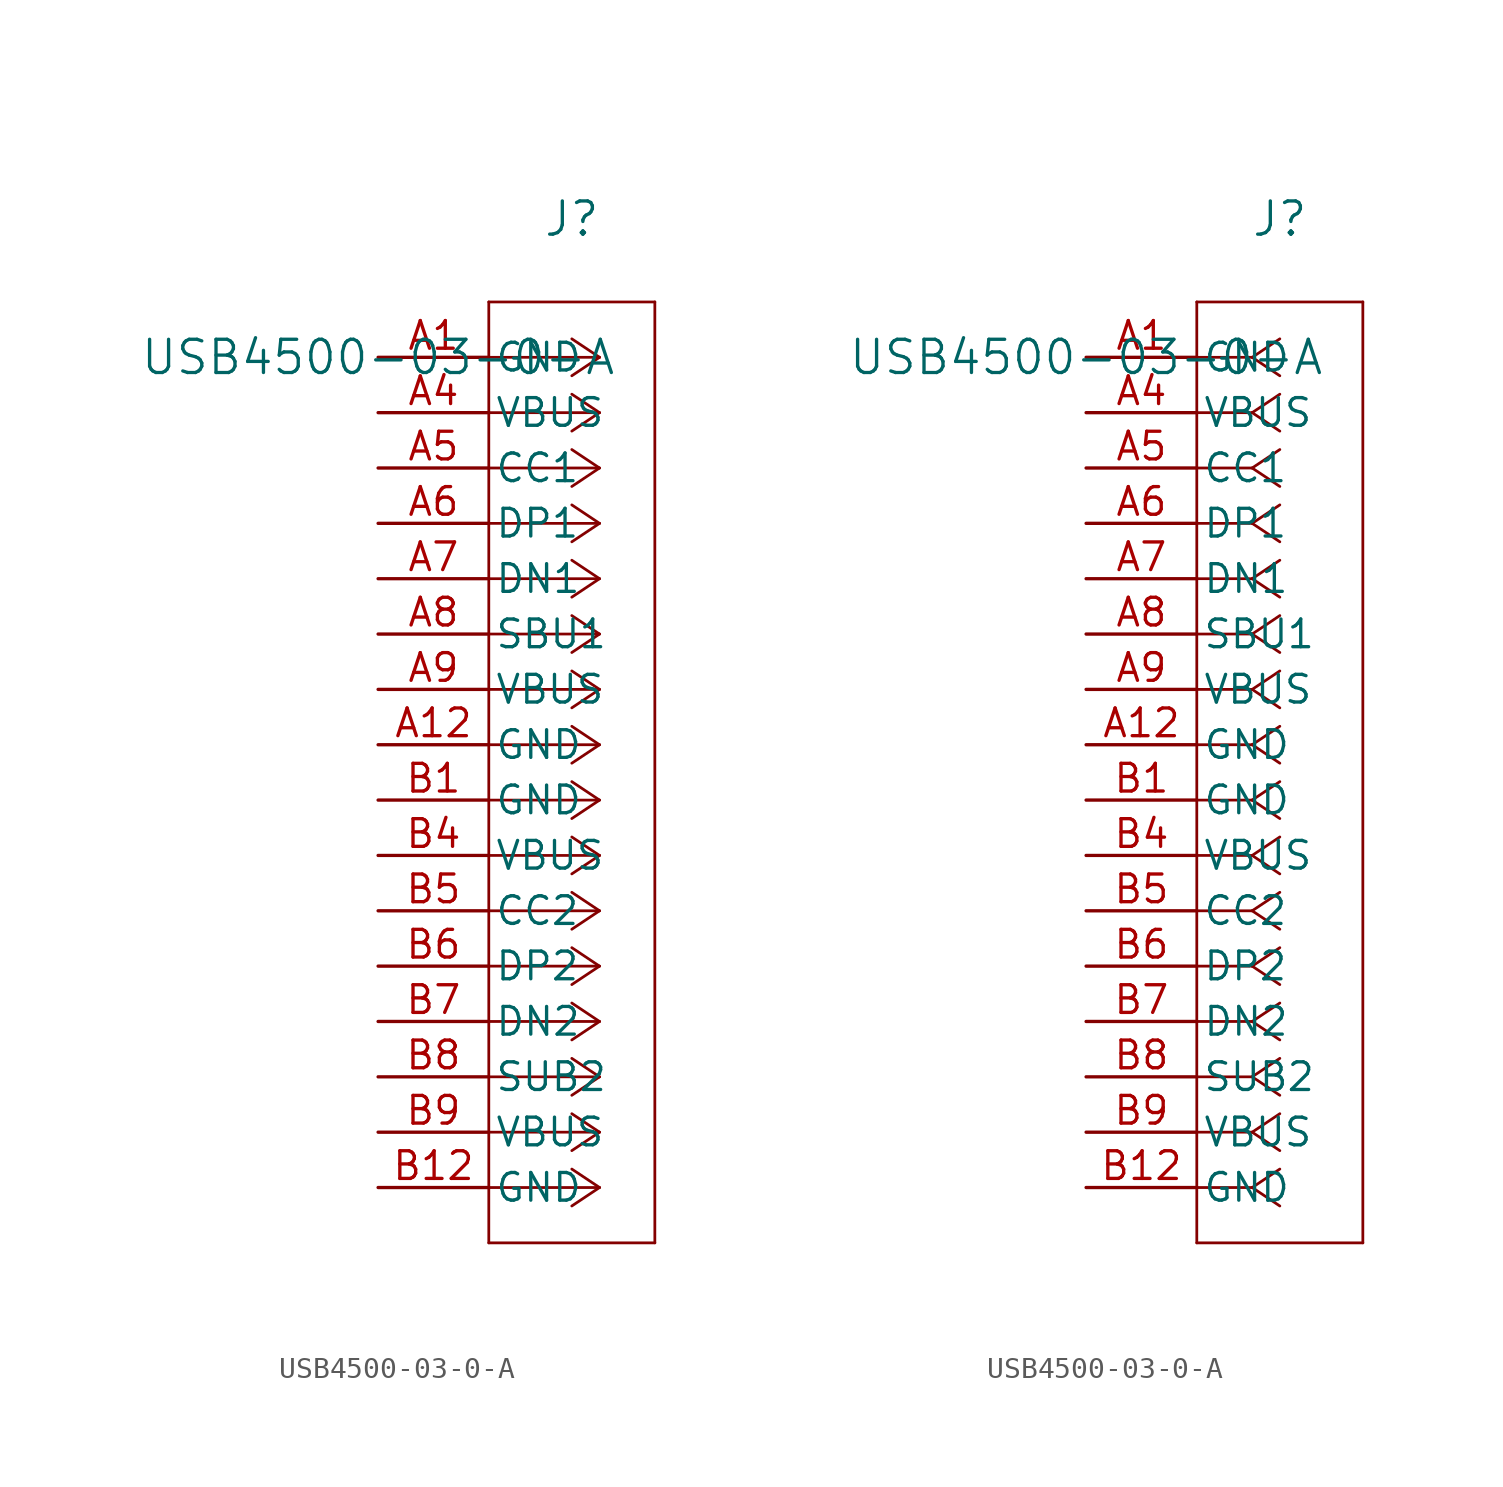
<source format=kicad_sym>
(kicad_symbol_lib
  (version 20220914)
  (generator kicad_symbol_editor)
  (symbol "USB4500-03-0-A"
    (pin_names
      (offset 0.254))
    (property "Reference" "J"
      (at 8.89 6.35 0)
      (effects (font (size 1.524 1.524))))
    (property "Value" "USB4500-03-0-A"
      (at 0 0 0)
      (effects (font (size 1.524 1.524))))
    (property "ki_locked" ""
      (at 0 0 0)
      (effects (font (size 1.27 1.27))))
    (symbol "USB4500-03-0-A_1_1"
      (polyline (pts (xy 5.08 -40.64) (xy 12.7 -40.64)) (stroke (width 0.127) (type default)) (fill (type none)))
      (polyline (pts (xy 5.08 2.54) (xy 5.08 -40.64)) (stroke (width 0.127) (type default)) (fill (type none)))
      (polyline (pts (xy 10.16 -38.1) (xy 5.08 -38.1)) (stroke (width 0.127) (type default)) (fill (type none)))
      (polyline (pts (xy 10.16 -38.1) (xy 8.89 -38.947)) (stroke (width 0.127) (type default)) (fill (type none)))
      (polyline (pts (xy 10.16 -38.1) (xy 8.89 -37.253)) (stroke (width 0.127) (type default)) (fill (type none)))
      (polyline (pts (xy 10.16 -35.56) (xy 5.08 -35.56)) (stroke (width 0.127) (type default)) (fill (type none)))
      (polyline (pts (xy 10.16 -35.56) (xy 8.89 -36.407)) (stroke (width 0.127) (type default)) (fill (type none)))
      (polyline (pts (xy 10.16 -35.56) (xy 8.89 -34.713)) (stroke (width 0.127) (type default)) (fill (type none)))
      (polyline (pts (xy 10.16 -33.02) (xy 5.08 -33.02)) (stroke (width 0.127) (type default)) (fill (type none)))
      (polyline (pts (xy 10.16 -33.02) (xy 8.89 -33.867)) (stroke (width 0.127) (type default)) (fill (type none)))
      (polyline (pts (xy 10.16 -33.02) (xy 8.89 -32.173)) (stroke (width 0.127) (type default)) (fill (type none)))
      (polyline (pts (xy 10.16 -30.48) (xy 5.08 -30.48)) (stroke (width 0.127) (type default)) (fill (type none)))
      (polyline (pts (xy 10.16 -30.48) (xy 8.89 -31.327)) (stroke (width 0.127) (type default)) (fill (type none)))
      (polyline (pts (xy 10.16 -30.48) (xy 8.89 -29.633)) (stroke (width 0.127) (type default)) (fill (type none)))
      (polyline (pts (xy 10.16 -27.94) (xy 5.08 -27.94)) (stroke (width 0.127) (type default)) (fill (type none)))
      (polyline (pts (xy 10.16 -27.94) (xy 8.89 -28.787)) (stroke (width 0.127) (type default)) (fill (type none)))
      (polyline (pts (xy 10.16 -27.94) (xy 8.89 -27.093)) (stroke (width 0.127) (type default)) (fill (type none)))
      (polyline (pts (xy 10.16 -25.4) (xy 5.08 -25.4)) (stroke (width 0.127) (type default)) (fill (type none)))
      (polyline (pts (xy 10.16 -25.4) (xy 8.89 -26.247)) (stroke (width 0.127) (type default)) (fill (type none)))
      (polyline (pts (xy 10.16 -25.4) (xy 8.89 -24.553)) (stroke (width 0.127) (type default)) (fill (type none)))
      (polyline (pts (xy 10.16 -22.86) (xy 5.08 -22.86)) (stroke (width 0.127) (type default)) (fill (type none)))
      (polyline (pts (xy 10.16 -22.86) (xy 8.89 -23.707)) (stroke (width 0.127) (type default)) (fill (type none)))
      (polyline (pts (xy 10.16 -22.86) (xy 8.89 -22.013)) (stroke (width 0.127) (type default)) (fill (type none)))
      (polyline (pts (xy 10.16 -20.32) (xy 5.08 -20.32)) (stroke (width 0.127) (type default)) (fill (type none)))
      (polyline (pts (xy 10.16 -20.32) (xy 8.89 -21.167)) (stroke (width 0.127) (type default)) (fill (type none)))
      (polyline (pts (xy 10.16 -20.32) (xy 8.89 -19.473)) (stroke (width 0.127) (type default)) (fill (type none)))
      (polyline (pts (xy 10.16 -17.78) (xy 5.08 -17.78)) (stroke (width 0.127) (type default)) (fill (type none)))
      (polyline (pts (xy 10.16 -17.78) (xy 8.89 -18.627)) (stroke (width 0.127) (type default)) (fill (type none)))
      (polyline (pts (xy 10.16 -17.78) (xy 8.89 -16.933)) (stroke (width 0.127) (type default)) (fill (type none)))
      (polyline (pts (xy 10.16 -15.24) (xy 5.08 -15.24)) (stroke (width 0.127) (type default)) (fill (type none)))
      (polyline (pts (xy 10.16 -15.24) (xy 8.89 -16.087)) (stroke (width 0.127) (type default)) (fill (type none)))
      (polyline (pts (xy 10.16 -15.24) (xy 8.89 -14.393)) (stroke (width 0.127) (type default)) (fill (type none)))
      (polyline (pts (xy 10.16 -12.7) (xy 5.08 -12.7)) (stroke (width 0.127) (type default)) (fill (type none)))
      (polyline (pts (xy 10.16 -12.7) (xy 8.89 -13.547)) (stroke (width 0.127) (type default)) (fill (type none)))
      (polyline (pts (xy 10.16 -12.7) (xy 8.89 -11.853)) (stroke (width 0.127) (type default)) (fill (type none)))
      (polyline (pts (xy 10.16 -10.16) (xy 5.08 -10.16)) (stroke (width 0.127) (type default)) (fill (type none)))
      (polyline (pts (xy 10.16 -10.16) (xy 8.89 -11.007)) (stroke (width 0.127) (type default)) (fill (type none)))
      (polyline (pts (xy 10.16 -10.16) (xy 8.89 -9.313)) (stroke (width 0.127) (type default)) (fill (type none)))
      (polyline (pts (xy 10.16 -7.62) (xy 5.08 -7.62)) (stroke (width 0.127) (type default)) (fill (type none)))
      (polyline (pts (xy 10.16 -7.62) (xy 8.89 -8.467)) (stroke (width 0.127) (type default)) (fill (type none)))
      (polyline (pts (xy 10.16 -7.62) (xy 8.89 -6.773)) (stroke (width 0.127) (type default)) (fill (type none)))
      (polyline (pts (xy 10.16 -5.08) (xy 5.08 -5.08)) (stroke (width 0.127) (type default)) (fill (type none)))
      (polyline (pts (xy 10.16 -5.08) (xy 8.89 -5.927)) (stroke (width 0.127) (type default)) (fill (type none)))
      (polyline (pts (xy 10.16 -5.08) (xy 8.89 -4.233)) (stroke (width 0.127) (type default)) (fill (type none)))
      (polyline (pts (xy 10.16 -2.54) (xy 5.08 -2.54)) (stroke (width 0.127) (type default)) (fill (type none)))
      (polyline (pts (xy 10.16 -2.54) (xy 8.89 -3.387)) (stroke (width 0.127) (type default)) (fill (type none)))
      (polyline (pts (xy 10.16 -2.54) (xy 8.89 -1.693)) (stroke (width 0.127) (type default)) (fill (type none)))
      (polyline (pts (xy 10.16 0) (xy 5.08 0)) (stroke (width 0.127) (type default)) (fill (type none)))
      (polyline (pts (xy 10.16 0) (xy 8.89 -0.847)) (stroke (width 0.127) (type default)) (fill (type none)))
      (polyline (pts (xy 10.16 0) (xy 8.89 0.847)) (stroke (width 0.127) (type default)) (fill (type none)))
      (polyline (pts (xy 12.7 -40.64) (xy 12.7 2.54)) (stroke (width 0.127) (type default)) (fill (type none)))
      (polyline (pts (xy 12.7 2.54) (xy 5.08 2.54)) (stroke (width 0.127) (type default)) (fill (type none)))
      (pin power_out line (at 0 0 0) (length 5.08) (name "GND" (effects (font (size 1.27 1.27)))) (number "A1" (effects (font (size 1.27 1.27)))))
      (pin power_out line (at 0 -17.78 0) (length 5.08) (name "GND" (effects (font (size 1.27 1.27)))) (number "A12" (effects (font (size 1.27 1.27)))))
      (pin power_in line (at 0 -2.54 0) (length 5.08) (name "VBUS" (effects (font (size 1.27 1.27)))) (number "A4" (effects (font (size 1.27 1.27)))))
      (pin bidirectional line (at 0 -5.08 0) (length 5.08) (name "CC1" (effects (font (size 1.27 1.27)))) (number "A5" (effects (font (size 1.27 1.27)))))
      (pin bidirectional line (at 0 -7.62 0) (length 5.08) (name "DP1" (effects (font (size 1.27 1.27)))) (number "A6" (effects (font (size 1.27 1.27)))))
      (pin bidirectional line (at 0 -10.16 0) (length 5.08) (name "DN1" (effects (font (size 1.27 1.27)))) (number "A7" (effects (font (size 1.27 1.27)))))
      (pin unspecified line (at 0 -12.7 0) (length 5.08) (name "SBU1" (effects (font (size 1.27 1.27)))) (number "A8" (effects (font (size 1.27 1.27)))))
      (pin power_in line (at 0 -15.24 0) (length 5.08) (name "VBUS" (effects (font (size 1.27 1.27)))) (number "A9" (effects (font (size 1.27 1.27)))))
      (pin power_out line (at 0 -20.32 0) (length 5.08) (name "GND" (effects (font (size 1.27 1.27)))) (number "B1" (effects (font (size 1.27 1.27)))))
      (pin power_out line (at 0 -38.1 0) (length 5.08) (name "GND" (effects (font (size 1.27 1.27)))) (number "B12" (effects (font (size 1.27 1.27)))))
      (pin power_in line (at 0 -22.86 0) (length 5.08) (name "VBUS" (effects (font (size 1.27 1.27)))) (number "B4" (effects (font (size 1.27 1.27)))))
      (pin bidirectional line (at 0 -25.4 0) (length 5.08) (name "CC2" (effects (font (size 1.27 1.27)))) (number "B5" (effects (font (size 1.27 1.27)))))
      (pin bidirectional line (at 0 -27.94 0) (length 5.08) (name "DP2" (effects (font (size 1.27 1.27)))) (number "B6" (effects (font (size 1.27 1.27)))))
      (pin bidirectional line (at 0 -30.48 0) (length 5.08) (name "DN2" (effects (font (size 1.27 1.27)))) (number "B7" (effects (font (size 1.27 1.27)))))
      (pin unspecified line (at 0 -33.02 0) (length 5.08) (name "SUB2" (effects (font (size 1.27 1.27)))) (number "B8" (effects (font (size 1.27 1.27)))))
      (pin power_in line (at 0 -35.56 0) (length 5.08) (name "VBUS" (effects (font (size 1.27 1.27)))) (number "B9" (effects (font (size 1.27 1.27))))))
    (symbol "USB4500-03-0-A_1_2"
      (polyline (pts (xy 5.08 -40.64) (xy 12.7 -40.64)) (stroke (width 0.127) (type default)) (fill (type none)))
      (polyline (pts (xy 5.08 2.54) (xy 5.08 -40.64)) (stroke (width 0.127) (type default)) (fill (type none)))
      (polyline (pts (xy 7.62 -38.1) (xy 5.08 -38.1)) (stroke (width 0.127) (type default)) (fill (type none)))
      (polyline (pts (xy 7.62 -38.1) (xy 8.89 -38.947)) (stroke (width 0.127) (type default)) (fill (type none)))
      (polyline (pts (xy 7.62 -38.1) (xy 8.89 -37.253)) (stroke (width 0.127) (type default)) (fill (type none)))
      (polyline (pts (xy 7.62 -35.56) (xy 5.08 -35.56)) (stroke (width 0.127) (type default)) (fill (type none)))
      (polyline (pts (xy 7.62 -35.56) (xy 8.89 -36.407)) (stroke (width 0.127) (type default)) (fill (type none)))
      (polyline (pts (xy 7.62 -35.56) (xy 8.89 -34.713)) (stroke (width 0.127) (type default)) (fill (type none)))
      (polyline (pts (xy 7.62 -33.02) (xy 5.08 -33.02)) (stroke (width 0.127) (type default)) (fill (type none)))
      (polyline (pts (xy 7.62 -33.02) (xy 8.89 -33.867)) (stroke (width 0.127) (type default)) (fill (type none)))
      (polyline (pts (xy 7.62 -33.02) (xy 8.89 -32.173)) (stroke (width 0.127) (type default)) (fill (type none)))
      (polyline (pts (xy 7.62 -30.48) (xy 5.08 -30.48)) (stroke (width 0.127) (type default)) (fill (type none)))
      (polyline (pts (xy 7.62 -30.48) (xy 8.89 -31.327)) (stroke (width 0.127) (type default)) (fill (type none)))
      (polyline (pts (xy 7.62 -30.48) (xy 8.89 -29.633)) (stroke (width 0.127) (type default)) (fill (type none)))
      (polyline (pts (xy 7.62 -27.94) (xy 5.08 -27.94)) (stroke (width 0.127) (type default)) (fill (type none)))
      (polyline (pts (xy 7.62 -27.94) (xy 8.89 -28.787)) (stroke (width 0.127) (type default)) (fill (type none)))
      (polyline (pts (xy 7.62 -27.94) (xy 8.89 -27.093)) (stroke (width 0.127) (type default)) (fill (type none)))
      (polyline (pts (xy 7.62 -25.4) (xy 5.08 -25.4)) (stroke (width 0.127) (type default)) (fill (type none)))
      (polyline (pts (xy 7.62 -25.4) (xy 8.89 -26.247)) (stroke (width 0.127) (type default)) (fill (type none)))
      (polyline (pts (xy 7.62 -25.4) (xy 8.89 -24.553)) (stroke (width 0.127) (type default)) (fill (type none)))
      (polyline (pts (xy 7.62 -22.86) (xy 5.08 -22.86)) (stroke (width 0.127) (type default)) (fill (type none)))
      (polyline (pts (xy 7.62 -22.86) (xy 8.89 -23.707)) (stroke (width 0.127) (type default)) (fill (type none)))
      (polyline (pts (xy 7.62 -22.86) (xy 8.89 -22.013)) (stroke (width 0.127) (type default)) (fill (type none)))
      (polyline (pts (xy 7.62 -20.32) (xy 5.08 -20.32)) (stroke (width 0.127) (type default)) (fill (type none)))
      (polyline (pts (xy 7.62 -20.32) (xy 8.89 -21.167)) (stroke (width 0.127) (type default)) (fill (type none)))
      (polyline (pts (xy 7.62 -20.32) (xy 8.89 -19.473)) (stroke (width 0.127) (type default)) (fill (type none)))
      (polyline (pts (xy 7.62 -17.78) (xy 5.08 -17.78)) (stroke (width 0.127) (type default)) (fill (type none)))
      (polyline (pts (xy 7.62 -17.78) (xy 8.89 -18.627)) (stroke (width 0.127) (type default)) (fill (type none)))
      (polyline (pts (xy 7.62 -17.78) (xy 8.89 -16.933)) (stroke (width 0.127) (type default)) (fill (type none)))
      (polyline (pts (xy 7.62 -15.24) (xy 5.08 -15.24)) (stroke (width 0.127) (type default)) (fill (type none)))
      (polyline (pts (xy 7.62 -15.24) (xy 8.89 -16.087)) (stroke (width 0.127) (type default)) (fill (type none)))
      (polyline (pts (xy 7.62 -15.24) (xy 8.89 -14.393)) (stroke (width 0.127) (type default)) (fill (type none)))
      (polyline (pts (xy 7.62 -12.7) (xy 5.08 -12.7)) (stroke (width 0.127) (type default)) (fill (type none)))
      (polyline (pts (xy 7.62 -12.7) (xy 8.89 -13.547)) (stroke (width 0.127) (type default)) (fill (type none)))
      (polyline (pts (xy 7.62 -12.7) (xy 8.89 -11.853)) (stroke (width 0.127) (type default)) (fill (type none)))
      (polyline (pts (xy 7.62 -10.16) (xy 5.08 -10.16)) (stroke (width 0.127) (type default)) (fill (type none)))
      (polyline (pts (xy 7.62 -10.16) (xy 8.89 -11.007)) (stroke (width 0.127) (type default)) (fill (type none)))
      (polyline (pts (xy 7.62 -10.16) (xy 8.89 -9.313)) (stroke (width 0.127) (type default)) (fill (type none)))
      (polyline (pts (xy 7.62 -7.62) (xy 5.08 -7.62)) (stroke (width 0.127) (type default)) (fill (type none)))
      (polyline (pts (xy 7.62 -7.62) (xy 8.89 -8.467)) (stroke (width 0.127) (type default)) (fill (type none)))
      (polyline (pts (xy 7.62 -7.62) (xy 8.89 -6.773)) (stroke (width 0.127) (type default)) (fill (type none)))
      (polyline (pts (xy 7.62 -5.08) (xy 5.08 -5.08)) (stroke (width 0.127) (type default)) (fill (type none)))
      (polyline (pts (xy 7.62 -5.08) (xy 8.89 -5.927)) (stroke (width 0.127) (type default)) (fill (type none)))
      (polyline (pts (xy 7.62 -5.08) (xy 8.89 -4.233)) (stroke (width 0.127) (type default)) (fill (type none)))
      (polyline (pts (xy 7.62 -2.54) (xy 5.08 -2.54)) (stroke (width 0.127) (type default)) (fill (type none)))
      (polyline (pts (xy 7.62 -2.54) (xy 8.89 -3.387)) (stroke (width 0.127) (type default)) (fill (type none)))
      (polyline (pts (xy 7.62 -2.54) (xy 8.89 -1.693)) (stroke (width 0.127) (type default)) (fill (type none)))
      (polyline (pts (xy 7.62 0) (xy 5.08 0)) (stroke (width 0.127) (type default)) (fill (type none)))
      (polyline (pts (xy 7.62 0) (xy 8.89 -0.847)) (stroke (width 0.127) (type default)) (fill (type none)))
      (polyline (pts (xy 7.62 0) (xy 8.89 0.847)) (stroke (width 0.127) (type default)) (fill (type none)))
      (polyline (pts (xy 12.7 -40.64) (xy 12.7 2.54)) (stroke (width 0.127) (type default)) (fill (type none)))
      (polyline (pts (xy 12.7 2.54) (xy 5.08 2.54)) (stroke (width 0.127) (type default)) (fill (type none)))
      (pin power_out line (at 0 0 0) (length 5.08) (name "GND" (effects (font (size 1.27 1.27)))) (number "A1" (effects (font (size 1.27 1.27)))))
      (pin power_out line (at 0 -17.78 0) (length 5.08) (name "GND" (effects (font (size 1.27 1.27)))) (number "A12" (effects (font (size 1.27 1.27)))))
      (pin power_in line (at 0 -2.54 0) (length 5.08) (name "VBUS" (effects (font (size 1.27 1.27)))) (number "A4" (effects (font (size 1.27 1.27)))))
      (pin bidirectional line (at 0 -5.08 0) (length 5.08) (name "CC1" (effects (font (size 1.27 1.27)))) (number "A5" (effects (font (size 1.27 1.27)))))
      (pin bidirectional line (at 0 -7.62 0) (length 5.08) (name "DP1" (effects (font (size 1.27 1.27)))) (number "A6" (effects (font (size 1.27 1.27)))))
      (pin bidirectional line (at 0 -10.16 0) (length 5.08) (name "DN1" (effects (font (size 1.27 1.27)))) (number "A7" (effects (font (size 1.27 1.27)))))
      (pin unspecified line (at 0 -12.7 0) (length 5.08) (name "SBU1" (effects (font (size 1.27 1.27)))) (number "A8" (effects (font (size 1.27 1.27)))))
      (pin power_in line (at 0 -15.24 0) (length 5.08) (name "VBUS" (effects (font (size 1.27 1.27)))) (number "A9" (effects (font (size 1.27 1.27)))))
      (pin power_out line (at 0 -20.32 0) (length 5.08) (name "GND" (effects (font (size 1.27 1.27)))) (number "B1" (effects (font (size 1.27 1.27)))))
      (pin power_out line (at 0 -38.1 0) (length 5.08) (name "GND" (effects (font (size 1.27 1.27)))) (number "B12" (effects (font (size 1.27 1.27)))))
      (pin power_in line (at 0 -22.86 0) (length 5.08) (name "VBUS" (effects (font (size 1.27 1.27)))) (number "B4" (effects (font (size 1.27 1.27)))))
      (pin bidirectional line (at 0 -25.4 0) (length 5.08) (name "CC2" (effects (font (size 1.27 1.27)))) (number "B5" (effects (font (size 1.27 1.27)))))
      (pin bidirectional line (at 0 -27.94 0) (length 5.08) (name "DP2" (effects (font (size 1.27 1.27)))) (number "B6" (effects (font (size 1.27 1.27)))))
      (pin bidirectional line (at 0 -30.48 0) (length 5.08) (name "DN2" (effects (font (size 1.27 1.27)))) (number "B7" (effects (font (size 1.27 1.27)))))
      (pin unspecified line (at 0 -33.02 0) (length 5.08) (name "SUB2" (effects (font (size 1.27 1.27)))) (number "B8" (effects (font (size 1.27 1.27)))))
      (pin power_in line (at 0 -35.56 0) (length 5.08) (name "VBUS" (effects (font (size 1.27 1.27)))) (number "B9" (effects (font (size 1.27 1.27))))))))
</source>
